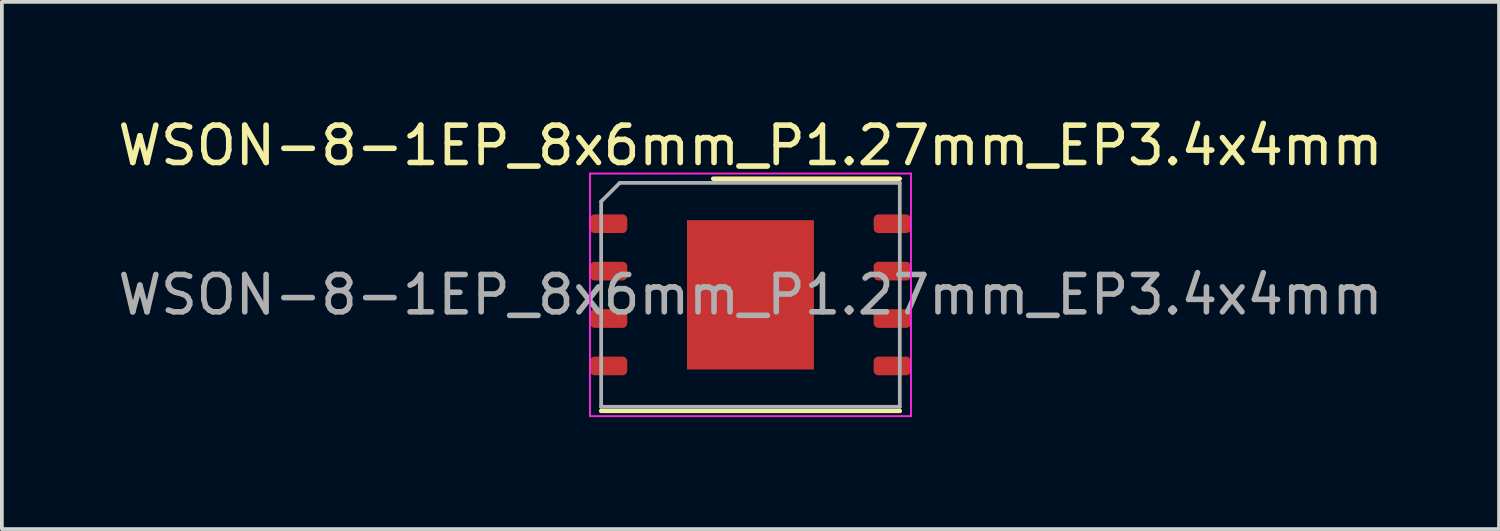
<source format=kicad_pcb>
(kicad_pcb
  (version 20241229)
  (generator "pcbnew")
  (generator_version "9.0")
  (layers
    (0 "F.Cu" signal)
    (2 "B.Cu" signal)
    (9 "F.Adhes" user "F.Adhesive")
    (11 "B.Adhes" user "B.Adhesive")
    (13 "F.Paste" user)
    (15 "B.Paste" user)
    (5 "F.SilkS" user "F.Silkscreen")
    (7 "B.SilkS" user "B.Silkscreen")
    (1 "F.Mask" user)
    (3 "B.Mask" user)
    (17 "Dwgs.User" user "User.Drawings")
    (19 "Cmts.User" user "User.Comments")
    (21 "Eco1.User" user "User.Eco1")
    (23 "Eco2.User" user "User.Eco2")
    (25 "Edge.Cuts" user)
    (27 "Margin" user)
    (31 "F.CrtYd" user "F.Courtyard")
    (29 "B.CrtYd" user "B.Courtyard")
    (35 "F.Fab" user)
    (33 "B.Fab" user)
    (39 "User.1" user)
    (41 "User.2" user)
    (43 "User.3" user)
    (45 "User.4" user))
  (footprint "WSON-8-1EP_8x6mm_P1.27mm_EP3.4x4mm"
    (layer "F.Cu")
    (at 17.054 4.848)
    (property "Reference" "WSON-8-1EP_8x6mm_P1.27mm_EP3.4x4mm" (at 0 -4 0) (layer "F.SilkS") (effects (font (size 1 1) (thickness 0.15))))
    (attr smd)
    (fp_line (start -4 3.11) (end 4 3.11) (stroke (width 0.12) (type solid)) (layer "F.SilkS"))
    (fp_line (start -1 -3.11) (end 4 -3.11) (stroke (width 0.12) (type solid)) (layer "F.SilkS"))
    (fp_line (start -4.3 -3.25) (end -4.3 3.25) (stroke (width 0.05) (type solid)) (layer "F.CrtYd"))
    (fp_line (start -4.3 3.25) (end 4.3 3.25) (stroke (width 0.05) (type solid)) (layer "F.CrtYd"))
    (fp_line (start 4.3 -3.25) (end -4.3 -3.25) (stroke (width 0.05) (type solid)) (layer "F.CrtYd"))
    (fp_line (start 4.3 3.25) (end 4.3 -3.25) (stroke (width 0.05) (type solid)) (layer "F.CrtYd"))
    (fp_line (start -4 -2.5) (end -3.5 -3) (stroke (width 0.1) (type solid)) (layer "F.Fab"))
    (fp_line (start -4 3) (end -4 -2.5) (stroke (width 0.1) (type solid)) (layer "F.Fab"))
    (fp_line (start -3.5 -3) (end 4 -3) (stroke (width 0.1) (type solid)) (layer "F.Fab"))
    (fp_line (start 4 -3) (end 4 3) (stroke (width 0.1) (type solid)) (layer "F.Fab"))
    (fp_line (start 4 3) (end -4 3) (stroke (width 0.1) (type solid)) (layer "F.Fab"))
    (fp_text user "${REFERENCE}" (at 0 0 0) (layer "F.Fab") (effects (font (size 1 1) (thickness 0.15))))
    (pad "" smd roundrect (at -0.85 -1) (size 1.37 1.61) (layers "F.Paste") (roundrect_rratio 0.182))
    (pad "" smd roundrect (at -0.85 1) (size 1.37 1.61) (layers "F.Paste") (roundrect_rratio 0.182))
    (pad "" smd roundrect (at 0.85 -1) (size 1.37 1.61) (layers "F.Paste") (roundrect_rratio 0.182))
    (pad "" smd roundrect (at 0.85 1) (size 1.37 1.61) (layers "F.Paste") (roundrect_rratio 0.182))
    (pad "1" smd roundrect (at -3.8 -1.905) (size 1 0.5) (layers "F.Cu" "F.Mask" "F.Paste") (roundrect_rratio 0.25))
    (pad "2" smd roundrect (at -3.8 -0.635) (size 1 0.5) (layers "F.Cu" "F.Mask" "F.Paste") (roundrect_rratio 0.25))
    (pad "3" smd roundrect (at -3.8 0.635) (size 1 0.5) (layers "F.Cu" "F.Mask" "F.Paste") (roundrect_rratio 0.25))
    (pad "4" smd roundrect (at -3.8 1.905) (size 1 0.5) (layers "F.Cu" "F.Mask" "F.Paste") (roundrect_rratio 0.25))
    (pad "5" smd roundrect (at 3.8 1.905) (size 1 0.5) (layers "F.Cu" "F.Mask" "F.Paste") (roundrect_rratio 0.25))
    (pad "6" smd roundrect (at 3.8 0.635) (size 1 0.5) (layers "F.Cu" "F.Mask" "F.Paste") (roundrect_rratio 0.25))
    (pad "7" smd roundrect (at 3.8 -0.635) (size 1 0.5) (layers "F.Cu" "F.Mask" "F.Paste") (roundrect_rratio 0.25))
    (pad "8" smd roundrect (at 3.8 -1.905) (size 1 0.5) (layers "F.Cu" "F.Mask" "F.Paste") (roundrect_rratio 0.25))
    (pad "9" smd rect (at 0 0) (size 3.4 4) (layers "F.Cu" "F.Mask")))
  (gr_rect
    (start -3 -3)
    (end 37.107 11.123)
    (stroke (width 0.1) (type default))
    (fill no)
    (layer "Edge.Cuts")))
</source>
